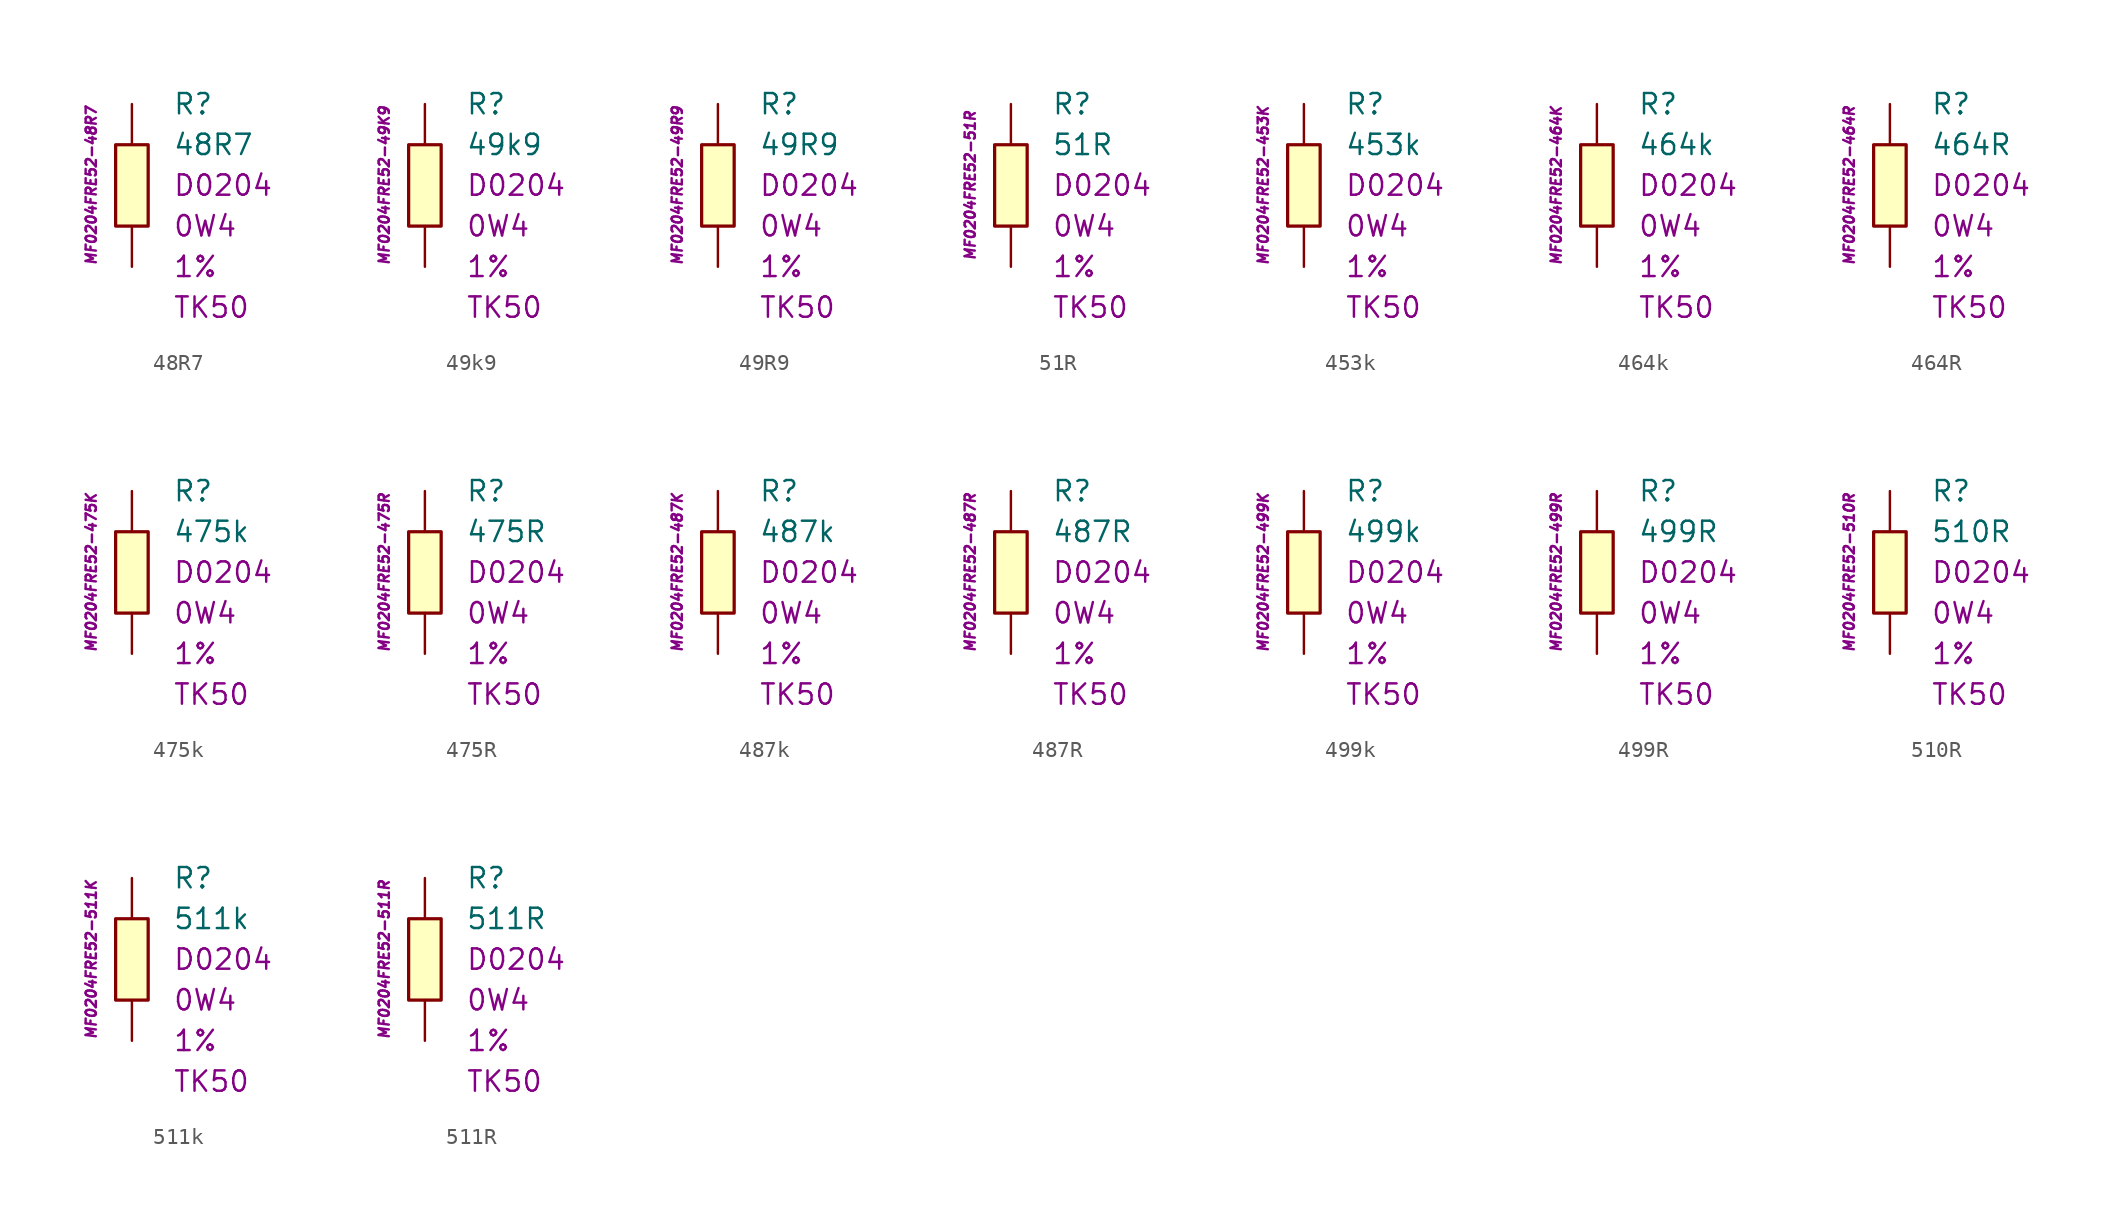
<source format=kicad_sym>
(kicad_symbol_lib
  (version 20201005)
  (generator kicad_symbol_editor)
  (symbol "48R7"
    (pin_numbers hide)
    (pin_names
      (offset 1.016) hide)
    (property "Reference" "R"
      (at 2.54 5.08 0)
      (effects (font (size 1.27 1.27)) (justify left)))
    (property "Value" "48R7"
      (at 2.54 2.54 0)
      (effects (font (size 1.27 1.27)) (justify left)))
    (property "Package" "D0204"
      (at 2.54 0 0)
      (effects (font (size 1.27 1.27)) (justify left)))
    (property "Power" "0W4"
      (at 2.54 -2.54 0)
      (effects (font (size 1.27 1.27)) (justify left)))
    (property "Tolerance" "1%"
      (at 2.54 -5.08 0)
      (effects (font (size 1.27 1.27)) (justify left)))
    (property "TK" "TK50"
      (at 2.54 -7.62 0)
      (effects (font (size 1.27 1.27)) (justify left)))
    (property "ID" "MF0204FRE52-48R7"
      (at -2.54 0 90)
      (effects (font (size 0.635 0.635) italic)))
    (symbol "48R7_0_1"
      (rectangle (start -1.016 2.54) (end 1.016 -2.54) (stroke (width 0.203)) (fill (type background))))
    (symbol "48R7_1_1"
      (pin passive line (at 0 5.08 270) (length 2.54) (name "~" (effects (font (size 1.778 1.778)))) (number "1" (effects (font (size 1.778 1.778)))))
      (pin passive line (at 0 -5.08 90) (length 2.54) (name "~" (effects (font (size 1.778 1.778)))) (number "2" (effects (font (size 1.778 1.778)))))))
  (symbol "49k9"
    (pin_numbers hide)
    (pin_names
      (offset 1.016) hide)
    (property "Reference" "R"
      (at 2.54 5.08 0)
      (effects (font (size 1.27 1.27)) (justify left)))
    (property "Value" "49k9"
      (at 2.54 2.54 0)
      (effects (font (size 1.27 1.27)) (justify left)))
    (property "Package" "D0204"
      (at 2.54 0 0)
      (effects (font (size 1.27 1.27)) (justify left)))
    (property "Power" "0W4"
      (at 2.54 -2.54 0)
      (effects (font (size 1.27 1.27)) (justify left)))
    (property "Tolerance" "1%"
      (at 2.54 -5.08 0)
      (effects (font (size 1.27 1.27)) (justify left)))
    (property "TK" "TK50"
      (at 2.54 -7.62 0)
      (effects (font (size 1.27 1.27)) (justify left)))
    (property "ID" "MF0204FRE52-49K9"
      (at -2.54 0 90)
      (effects (font (size 0.635 0.635) italic)))
    (symbol "49k9_0_1"
      (rectangle (start -1.016 2.54) (end 1.016 -2.54) (stroke (width 0.203)) (fill (type background))))
    (symbol "49k9_1_1"
      (pin passive line (at 0 5.08 270) (length 2.54) (name "~" (effects (font (size 1.778 1.778)))) (number "1" (effects (font (size 1.778 1.778)))))
      (pin passive line (at 0 -5.08 90) (length 2.54) (name "~" (effects (font (size 1.778 1.778)))) (number "2" (effects (font (size 1.778 1.778)))))))
  (symbol "49R9"
    (pin_numbers hide)
    (pin_names
      (offset 1.016) hide)
    (property "Reference" "R"
      (at 2.54 5.08 0)
      (effects (font (size 1.27 1.27)) (justify left)))
    (property "Value" "49R9"
      (at 2.54 2.54 0)
      (effects (font (size 1.27 1.27)) (justify left)))
    (property "Package" "D0204"
      (at 2.54 0 0)
      (effects (font (size 1.27 1.27)) (justify left)))
    (property "Power" "0W4"
      (at 2.54 -2.54 0)
      (effects (font (size 1.27 1.27)) (justify left)))
    (property "Tolerance" "1%"
      (at 2.54 -5.08 0)
      (effects (font (size 1.27 1.27)) (justify left)))
    (property "TK" "TK50"
      (at 2.54 -7.62 0)
      (effects (font (size 1.27 1.27)) (justify left)))
    (property "ID" "MF0204FRE52-49R9"
      (at -2.54 0 90)
      (effects (font (size 0.635 0.635) italic)))
    (symbol "49R9_0_1"
      (rectangle (start -1.016 2.54) (end 1.016 -2.54) (stroke (width 0.203)) (fill (type background))))
    (symbol "49R9_1_1"
      (pin passive line (at 0 5.08 270) (length 2.54) (name "~" (effects (font (size 1.778 1.778)))) (number "1" (effects (font (size 1.778 1.778)))))
      (pin passive line (at 0 -5.08 90) (length 2.54) (name "~" (effects (font (size 1.778 1.778)))) (number "2" (effects (font (size 1.778 1.778)))))))
  (symbol "51R"
    (pin_numbers hide)
    (pin_names
      (offset 1.016) hide)
    (property "Reference" "R"
      (at 2.54 5.08 0)
      (effects (font (size 1.27 1.27)) (justify left)))
    (property "Value" "51R"
      (at 2.54 2.54 0)
      (effects (font (size 1.27 1.27)) (justify left)))
    (property "Package" "D0204"
      (at 2.54 0 0)
      (effects (font (size 1.27 1.27)) (justify left)))
    (property "Power" "0W4"
      (at 2.54 -2.54 0)
      (effects (font (size 1.27 1.27)) (justify left)))
    (property "Tolerance" "1%"
      (at 2.54 -5.08 0)
      (effects (font (size 1.27 1.27)) (justify left)))
    (property "TK" "TK50"
      (at 2.54 -7.62 0)
      (effects (font (size 1.27 1.27)) (justify left)))
    (property "ID" "MF0204FRE52-51R"
      (at -2.54 0 90)
      (effects (font (size 0.635 0.635) italic)))
    (symbol "51R_0_1"
      (rectangle (start -1.016 2.54) (end 1.016 -2.54) (stroke (width 0.203)) (fill (type background))))
    (symbol "51R_1_1"
      (pin passive line (at 0 5.08 270) (length 2.54) (name "~" (effects (font (size 1.778 1.778)))) (number "1" (effects (font (size 1.778 1.778)))))
      (pin passive line (at 0 -5.08 90) (length 2.54) (name "~" (effects (font (size 1.778 1.778)))) (number "2" (effects (font (size 1.778 1.778)))))))
  (symbol "453k"
    (pin_numbers hide)
    (pin_names
      (offset 1.016) hide)
    (property "Reference" "R"
      (at 2.54 5.08 0)
      (effects (font (size 1.27 1.27)) (justify left)))
    (property "Value" "453k"
      (at 2.54 2.54 0)
      (effects (font (size 1.27 1.27)) (justify left)))
    (property "Package" "D0204"
      (at 2.54 0 0)
      (effects (font (size 1.27 1.27)) (justify left)))
    (property "Power" "0W4"
      (at 2.54 -2.54 0)
      (effects (font (size 1.27 1.27)) (justify left)))
    (property "Tolerance" "1%"
      (at 2.54 -5.08 0)
      (effects (font (size 1.27 1.27)) (justify left)))
    (property "TK" "TK50"
      (at 2.54 -7.62 0)
      (effects (font (size 1.27 1.27)) (justify left)))
    (property "ID" "MF0204FRE52-453K"
      (at -2.54 0 90)
      (effects (font (size 0.635 0.635) italic)))
    (symbol "453k_0_1"
      (rectangle (start -1.016 2.54) (end 1.016 -2.54) (stroke (width 0.203)) (fill (type background))))
    (symbol "453k_1_1"
      (pin passive line (at 0 5.08 270) (length 2.54) (name "~" (effects (font (size 1.778 1.778)))) (number "1" (effects (font (size 1.778 1.778)))))
      (pin passive line (at 0 -5.08 90) (length 2.54) (name "~" (effects (font (size 1.778 1.778)))) (number "2" (effects (font (size 1.778 1.778)))))))
  (symbol "464k"
    (pin_numbers hide)
    (pin_names
      (offset 1.016) hide)
    (property "Reference" "R"
      (at 2.54 5.08 0)
      (effects (font (size 1.27 1.27)) (justify left)))
    (property "Value" "464k"
      (at 2.54 2.54 0)
      (effects (font (size 1.27 1.27)) (justify left)))
    (property "Package" "D0204"
      (at 2.54 0 0)
      (effects (font (size 1.27 1.27)) (justify left)))
    (property "Power" "0W4"
      (at 2.54 -2.54 0)
      (effects (font (size 1.27 1.27)) (justify left)))
    (property "Tolerance" "1%"
      (at 2.54 -5.08 0)
      (effects (font (size 1.27 1.27)) (justify left)))
    (property "TK" "TK50"
      (at 2.54 -7.62 0)
      (effects (font (size 1.27 1.27)) (justify left)))
    (property "ID" "MF0204FRE52-464K"
      (at -2.54 0 90)
      (effects (font (size 0.635 0.635) italic)))
    (symbol "464k_0_1"
      (rectangle (start -1.016 2.54) (end 1.016 -2.54) (stroke (width 0.203)) (fill (type background))))
    (symbol "464k_1_1"
      (pin passive line (at 0 5.08 270) (length 2.54) (name "~" (effects (font (size 1.778 1.778)))) (number "1" (effects (font (size 1.778 1.778)))))
      (pin passive line (at 0 -5.08 90) (length 2.54) (name "~" (effects (font (size 1.778 1.778)))) (number "2" (effects (font (size 1.778 1.778)))))))
  (symbol "464R"
    (pin_numbers hide)
    (pin_names
      (offset 1.016) hide)
    (property "Reference" "R"
      (at 2.54 5.08 0)
      (effects (font (size 1.27 1.27)) (justify left)))
    (property "Value" "464R"
      (at 2.54 2.54 0)
      (effects (font (size 1.27 1.27)) (justify left)))
    (property "Package" "D0204"
      (at 2.54 0 0)
      (effects (font (size 1.27 1.27)) (justify left)))
    (property "Power" "0W4"
      (at 2.54 -2.54 0)
      (effects (font (size 1.27 1.27)) (justify left)))
    (property "Tolerance" "1%"
      (at 2.54 -5.08 0)
      (effects (font (size 1.27 1.27)) (justify left)))
    (property "TK" "TK50"
      (at 2.54 -7.62 0)
      (effects (font (size 1.27 1.27)) (justify left)))
    (property "ID" "MF0204FRE52-464R"
      (at -2.54 0 90)
      (effects (font (size 0.635 0.635) italic)))
    (symbol "464R_0_1"
      (rectangle (start -1.016 2.54) (end 1.016 -2.54) (stroke (width 0.203)) (fill (type background))))
    (symbol "464R_1_1"
      (pin passive line (at 0 5.08 270) (length 2.54) (name "~" (effects (font (size 1.778 1.778)))) (number "1" (effects (font (size 1.778 1.778)))))
      (pin passive line (at 0 -5.08 90) (length 2.54) (name "~" (effects (font (size 1.778 1.778)))) (number "2" (effects (font (size 1.778 1.778)))))))
  (symbol "475k"
    (pin_numbers hide)
    (pin_names
      (offset 1.016) hide)
    (property "Reference" "R"
      (at 2.54 5.08 0)
      (effects (font (size 1.27 1.27)) (justify left)))
    (property "Value" "475k"
      (at 2.54 2.54 0)
      (effects (font (size 1.27 1.27)) (justify left)))
    (property "Package" "D0204"
      (at 2.54 0 0)
      (effects (font (size 1.27 1.27)) (justify left)))
    (property "Power" "0W4"
      (at 2.54 -2.54 0)
      (effects (font (size 1.27 1.27)) (justify left)))
    (property "Tolerance" "1%"
      (at 2.54 -5.08 0)
      (effects (font (size 1.27 1.27)) (justify left)))
    (property "TK" "TK50"
      (at 2.54 -7.62 0)
      (effects (font (size 1.27 1.27)) (justify left)))
    (property "ID" "MF0204FRE52-475K"
      (at -2.54 0 90)
      (effects (font (size 0.635 0.635) italic)))
    (symbol "475k_0_1"
      (rectangle (start -1.016 2.54) (end 1.016 -2.54) (stroke (width 0.203)) (fill (type background))))
    (symbol "475k_1_1"
      (pin passive line (at 0 5.08 270) (length 2.54) (name "~" (effects (font (size 1.778 1.778)))) (number "1" (effects (font (size 1.778 1.778)))))
      (pin passive line (at 0 -5.08 90) (length 2.54) (name "~" (effects (font (size 1.778 1.778)))) (number "2" (effects (font (size 1.778 1.778)))))))
  (symbol "475R"
    (pin_numbers hide)
    (pin_names
      (offset 1.016) hide)
    (property "Reference" "R"
      (at 2.54 5.08 0)
      (effects (font (size 1.27 1.27)) (justify left)))
    (property "Value" "475R"
      (at 2.54 2.54 0)
      (effects (font (size 1.27 1.27)) (justify left)))
    (property "Package" "D0204"
      (at 2.54 0 0)
      (effects (font (size 1.27 1.27)) (justify left)))
    (property "Power" "0W4"
      (at 2.54 -2.54 0)
      (effects (font (size 1.27 1.27)) (justify left)))
    (property "Tolerance" "1%"
      (at 2.54 -5.08 0)
      (effects (font (size 1.27 1.27)) (justify left)))
    (property "TK" "TK50"
      (at 2.54 -7.62 0)
      (effects (font (size 1.27 1.27)) (justify left)))
    (property "ID" "MF0204FRE52-475R"
      (at -2.54 0 90)
      (effects (font (size 0.635 0.635) italic)))
    (symbol "475R_0_1"
      (rectangle (start -1.016 2.54) (end 1.016 -2.54) (stroke (width 0.203)) (fill (type background))))
    (symbol "475R_1_1"
      (pin passive line (at 0 5.08 270) (length 2.54) (name "~" (effects (font (size 1.778 1.778)))) (number "1" (effects (font (size 1.778 1.778)))))
      (pin passive line (at 0 -5.08 90) (length 2.54) (name "~" (effects (font (size 1.778 1.778)))) (number "2" (effects (font (size 1.778 1.778)))))))
  (symbol "487k"
    (pin_numbers hide)
    (pin_names
      (offset 1.016) hide)
    (property "Reference" "R"
      (at 2.54 5.08 0)
      (effects (font (size 1.27 1.27)) (justify left)))
    (property "Value" "487k"
      (at 2.54 2.54 0)
      (effects (font (size 1.27 1.27)) (justify left)))
    (property "Package" "D0204"
      (at 2.54 0 0)
      (effects (font (size 1.27 1.27)) (justify left)))
    (property "Power" "0W4"
      (at 2.54 -2.54 0)
      (effects (font (size 1.27 1.27)) (justify left)))
    (property "Tolerance" "1%"
      (at 2.54 -5.08 0)
      (effects (font (size 1.27 1.27)) (justify left)))
    (property "TK" "TK50"
      (at 2.54 -7.62 0)
      (effects (font (size 1.27 1.27)) (justify left)))
    (property "ID" "MF0204FRE52-487K"
      (at -2.54 0 90)
      (effects (font (size 0.635 0.635) italic)))
    (symbol "487k_0_1"
      (rectangle (start -1.016 2.54) (end 1.016 -2.54) (stroke (width 0.203)) (fill (type background))))
    (symbol "487k_1_1"
      (pin passive line (at 0 5.08 270) (length 2.54) (name "~" (effects (font (size 1.778 1.778)))) (number "1" (effects (font (size 1.778 1.778)))))
      (pin passive line (at 0 -5.08 90) (length 2.54) (name "~" (effects (font (size 1.778 1.778)))) (number "2" (effects (font (size 1.778 1.778)))))))
  (symbol "487R"
    (pin_numbers hide)
    (pin_names
      (offset 1.016) hide)
    (property "Reference" "R"
      (at 2.54 5.08 0)
      (effects (font (size 1.27 1.27)) (justify left)))
    (property "Value" "487R"
      (at 2.54 2.54 0)
      (effects (font (size 1.27 1.27)) (justify left)))
    (property "Package" "D0204"
      (at 2.54 0 0)
      (effects (font (size 1.27 1.27)) (justify left)))
    (property "Power" "0W4"
      (at 2.54 -2.54 0)
      (effects (font (size 1.27 1.27)) (justify left)))
    (property "Tolerance" "1%"
      (at 2.54 -5.08 0)
      (effects (font (size 1.27 1.27)) (justify left)))
    (property "TK" "TK50"
      (at 2.54 -7.62 0)
      (effects (font (size 1.27 1.27)) (justify left)))
    (property "ID" "MF0204FRE52-487R"
      (at -2.54 0 90)
      (effects (font (size 0.635 0.635) italic)))
    (symbol "487R_0_1"
      (rectangle (start -1.016 2.54) (end 1.016 -2.54) (stroke (width 0.203)) (fill (type background))))
    (symbol "487R_1_1"
      (pin passive line (at 0 5.08 270) (length 2.54) (name "~" (effects (font (size 1.778 1.778)))) (number "1" (effects (font (size 1.778 1.778)))))
      (pin passive line (at 0 -5.08 90) (length 2.54) (name "~" (effects (font (size 1.778 1.778)))) (number "2" (effects (font (size 1.778 1.778)))))))
  (symbol "499k"
    (pin_numbers hide)
    (pin_names
      (offset 1.016) hide)
    (property "Reference" "R"
      (at 2.54 5.08 0)
      (effects (font (size 1.27 1.27)) (justify left)))
    (property "Value" "499k"
      (at 2.54 2.54 0)
      (effects (font (size 1.27 1.27)) (justify left)))
    (property "Package" "D0204"
      (at 2.54 0 0)
      (effects (font (size 1.27 1.27)) (justify left)))
    (property "Power" "0W4"
      (at 2.54 -2.54 0)
      (effects (font (size 1.27 1.27)) (justify left)))
    (property "Tolerance" "1%"
      (at 2.54 -5.08 0)
      (effects (font (size 1.27 1.27)) (justify left)))
    (property "TK" "TK50"
      (at 2.54 -7.62 0)
      (effects (font (size 1.27 1.27)) (justify left)))
    (property "ID" "MF0204FRE52-499K"
      (at -2.54 0 90)
      (effects (font (size 0.635 0.635) italic)))
    (symbol "499k_0_1"
      (rectangle (start -1.016 2.54) (end 1.016 -2.54) (stroke (width 0.203)) (fill (type background))))
    (symbol "499k_1_1"
      (pin passive line (at 0 5.08 270) (length 2.54) (name "~" (effects (font (size 1.778 1.778)))) (number "1" (effects (font (size 1.778 1.778)))))
      (pin passive line (at 0 -5.08 90) (length 2.54) (name "~" (effects (font (size 1.778 1.778)))) (number "2" (effects (font (size 1.778 1.778)))))))
  (symbol "499R"
    (pin_numbers hide)
    (pin_names
      (offset 1.016) hide)
    (property "Reference" "R"
      (at 2.54 5.08 0)
      (effects (font (size 1.27 1.27)) (justify left)))
    (property "Value" "499R"
      (at 2.54 2.54 0)
      (effects (font (size 1.27 1.27)) (justify left)))
    (property "Package" "D0204"
      (at 2.54 0 0)
      (effects (font (size 1.27 1.27)) (justify left)))
    (property "Power" "0W4"
      (at 2.54 -2.54 0)
      (effects (font (size 1.27 1.27)) (justify left)))
    (property "Tolerance" "1%"
      (at 2.54 -5.08 0)
      (effects (font (size 1.27 1.27)) (justify left)))
    (property "TK" "TK50"
      (at 2.54 -7.62 0)
      (effects (font (size 1.27 1.27)) (justify left)))
    (property "ID" "MF0204FRE52-499R"
      (at -2.54 0 90)
      (effects (font (size 0.635 0.635) italic)))
    (symbol "499R_0_1"
      (rectangle (start -1.016 2.54) (end 1.016 -2.54) (stroke (width 0.203)) (fill (type background))))
    (symbol "499R_1_1"
      (pin passive line (at 0 5.08 270) (length 2.54) (name "~" (effects (font (size 1.778 1.778)))) (number "1" (effects (font (size 1.778 1.778)))))
      (pin passive line (at 0 -5.08 90) (length 2.54) (name "~" (effects (font (size 1.778 1.778)))) (number "2" (effects (font (size 1.778 1.778)))))))
  (symbol "510R"
    (pin_numbers hide)
    (pin_names
      (offset 1.016) hide)
    (property "Reference" "R"
      (at 2.54 5.08 0)
      (effects (font (size 1.27 1.27)) (justify left)))
    (property "Value" "510R"
      (at 2.54 2.54 0)
      (effects (font (size 1.27 1.27)) (justify left)))
    (property "Package" "D0204"
      (at 2.54 0 0)
      (effects (font (size 1.27 1.27)) (justify left)))
    (property "Power" "0W4"
      (at 2.54 -2.54 0)
      (effects (font (size 1.27 1.27)) (justify left)))
    (property "Tolerance" "1%"
      (at 2.54 -5.08 0)
      (effects (font (size 1.27 1.27)) (justify left)))
    (property "TK" "TK50"
      (at 2.54 -7.62 0)
      (effects (font (size 1.27 1.27)) (justify left)))
    (property "ID" "MF0204FRE52-510R"
      (at -2.54 0 90)
      (effects (font (size 0.635 0.635) italic)))
    (symbol "510R_0_1"
      (rectangle (start -1.016 2.54) (end 1.016 -2.54) (stroke (width 0.203)) (fill (type background))))
    (symbol "510R_1_1"
      (pin passive line (at 0 5.08 270) (length 2.54) (name "~" (effects (font (size 1.778 1.778)))) (number "1" (effects (font (size 1.778 1.778)))))
      (pin passive line (at 0 -5.08 90) (length 2.54) (name "~" (effects (font (size 1.778 1.778)))) (number "2" (effects (font (size 1.778 1.778)))))))
  (symbol "511k"
    (pin_numbers hide)
    (pin_names
      (offset 1.016) hide)
    (property "Reference" "R"
      (at 2.54 5.08 0)
      (effects (font (size 1.27 1.27)) (justify left)))
    (property "Value" "511k"
      (at 2.54 2.54 0)
      (effects (font (size 1.27 1.27)) (justify left)))
    (property "Package" "D0204"
      (at 2.54 0 0)
      (effects (font (size 1.27 1.27)) (justify left)))
    (property "Power" "0W4"
      (at 2.54 -2.54 0)
      (effects (font (size 1.27 1.27)) (justify left)))
    (property "Tolerance" "1%"
      (at 2.54 -5.08 0)
      (effects (font (size 1.27 1.27)) (justify left)))
    (property "TK" "TK50"
      (at 2.54 -7.62 0)
      (effects (font (size 1.27 1.27)) (justify left)))
    (property "ID" "MF0204FRE52-511K"
      (at -2.54 0 90)
      (effects (font (size 0.635 0.635) italic)))
    (symbol "511k_0_1"
      (rectangle (start -1.016 2.54) (end 1.016 -2.54) (stroke (width 0.203)) (fill (type background))))
    (symbol "511k_1_1"
      (pin passive line (at 0 5.08 270) (length 2.54) (name "~" (effects (font (size 1.778 1.778)))) (number "1" (effects (font (size 1.778 1.778)))))
      (pin passive line (at 0 -5.08 90) (length 2.54) (name "~" (effects (font (size 1.778 1.778)))) (number "2" (effects (font (size 1.778 1.778)))))))
  (symbol "511R"
    (pin_numbers hide)
    (pin_names
      (offset 1.016) hide)
    (property "Reference" "R"
      (at 2.54 5.08 0)
      (effects (font (size 1.27 1.27)) (justify left)))
    (property "Value" "511R"
      (at 2.54 2.54 0)
      (effects (font (size 1.27 1.27)) (justify left)))
    (property "Package" "D0204"
      (at 2.54 0 0)
      (effects (font (size 1.27 1.27)) (justify left)))
    (property "Power" "0W4"
      (at 2.54 -2.54 0)
      (effects (font (size 1.27 1.27)) (justify left)))
    (property "Tolerance" "1%"
      (at 2.54 -5.08 0)
      (effects (font (size 1.27 1.27)) (justify left)))
    (property "TK" "TK50"
      (at 2.54 -7.62 0)
      (effects (font (size 1.27 1.27)) (justify left)))
    (property "ID" "MF0204FRE52-511R"
      (at -2.54 0 90)
      (effects (font (size 0.635 0.635) italic)))
    (symbol "511R_0_1"
      (rectangle (start -1.016 2.54) (end 1.016 -2.54) (stroke (width 0.203)) (fill (type background))))
    (symbol "511R_1_1"
      (pin passive line (at 0 5.08 270) (length 2.54) (name "~" (effects (font (size 1.778 1.778)))) (number "1" (effects (font (size 1.778 1.778)))))
      (pin passive line (at 0 -5.08 90) (length 2.54) (name "~" (effects (font (size 1.778 1.778)))) (number "2" (effects (font (size 1.778 1.778))))))))
</source>
